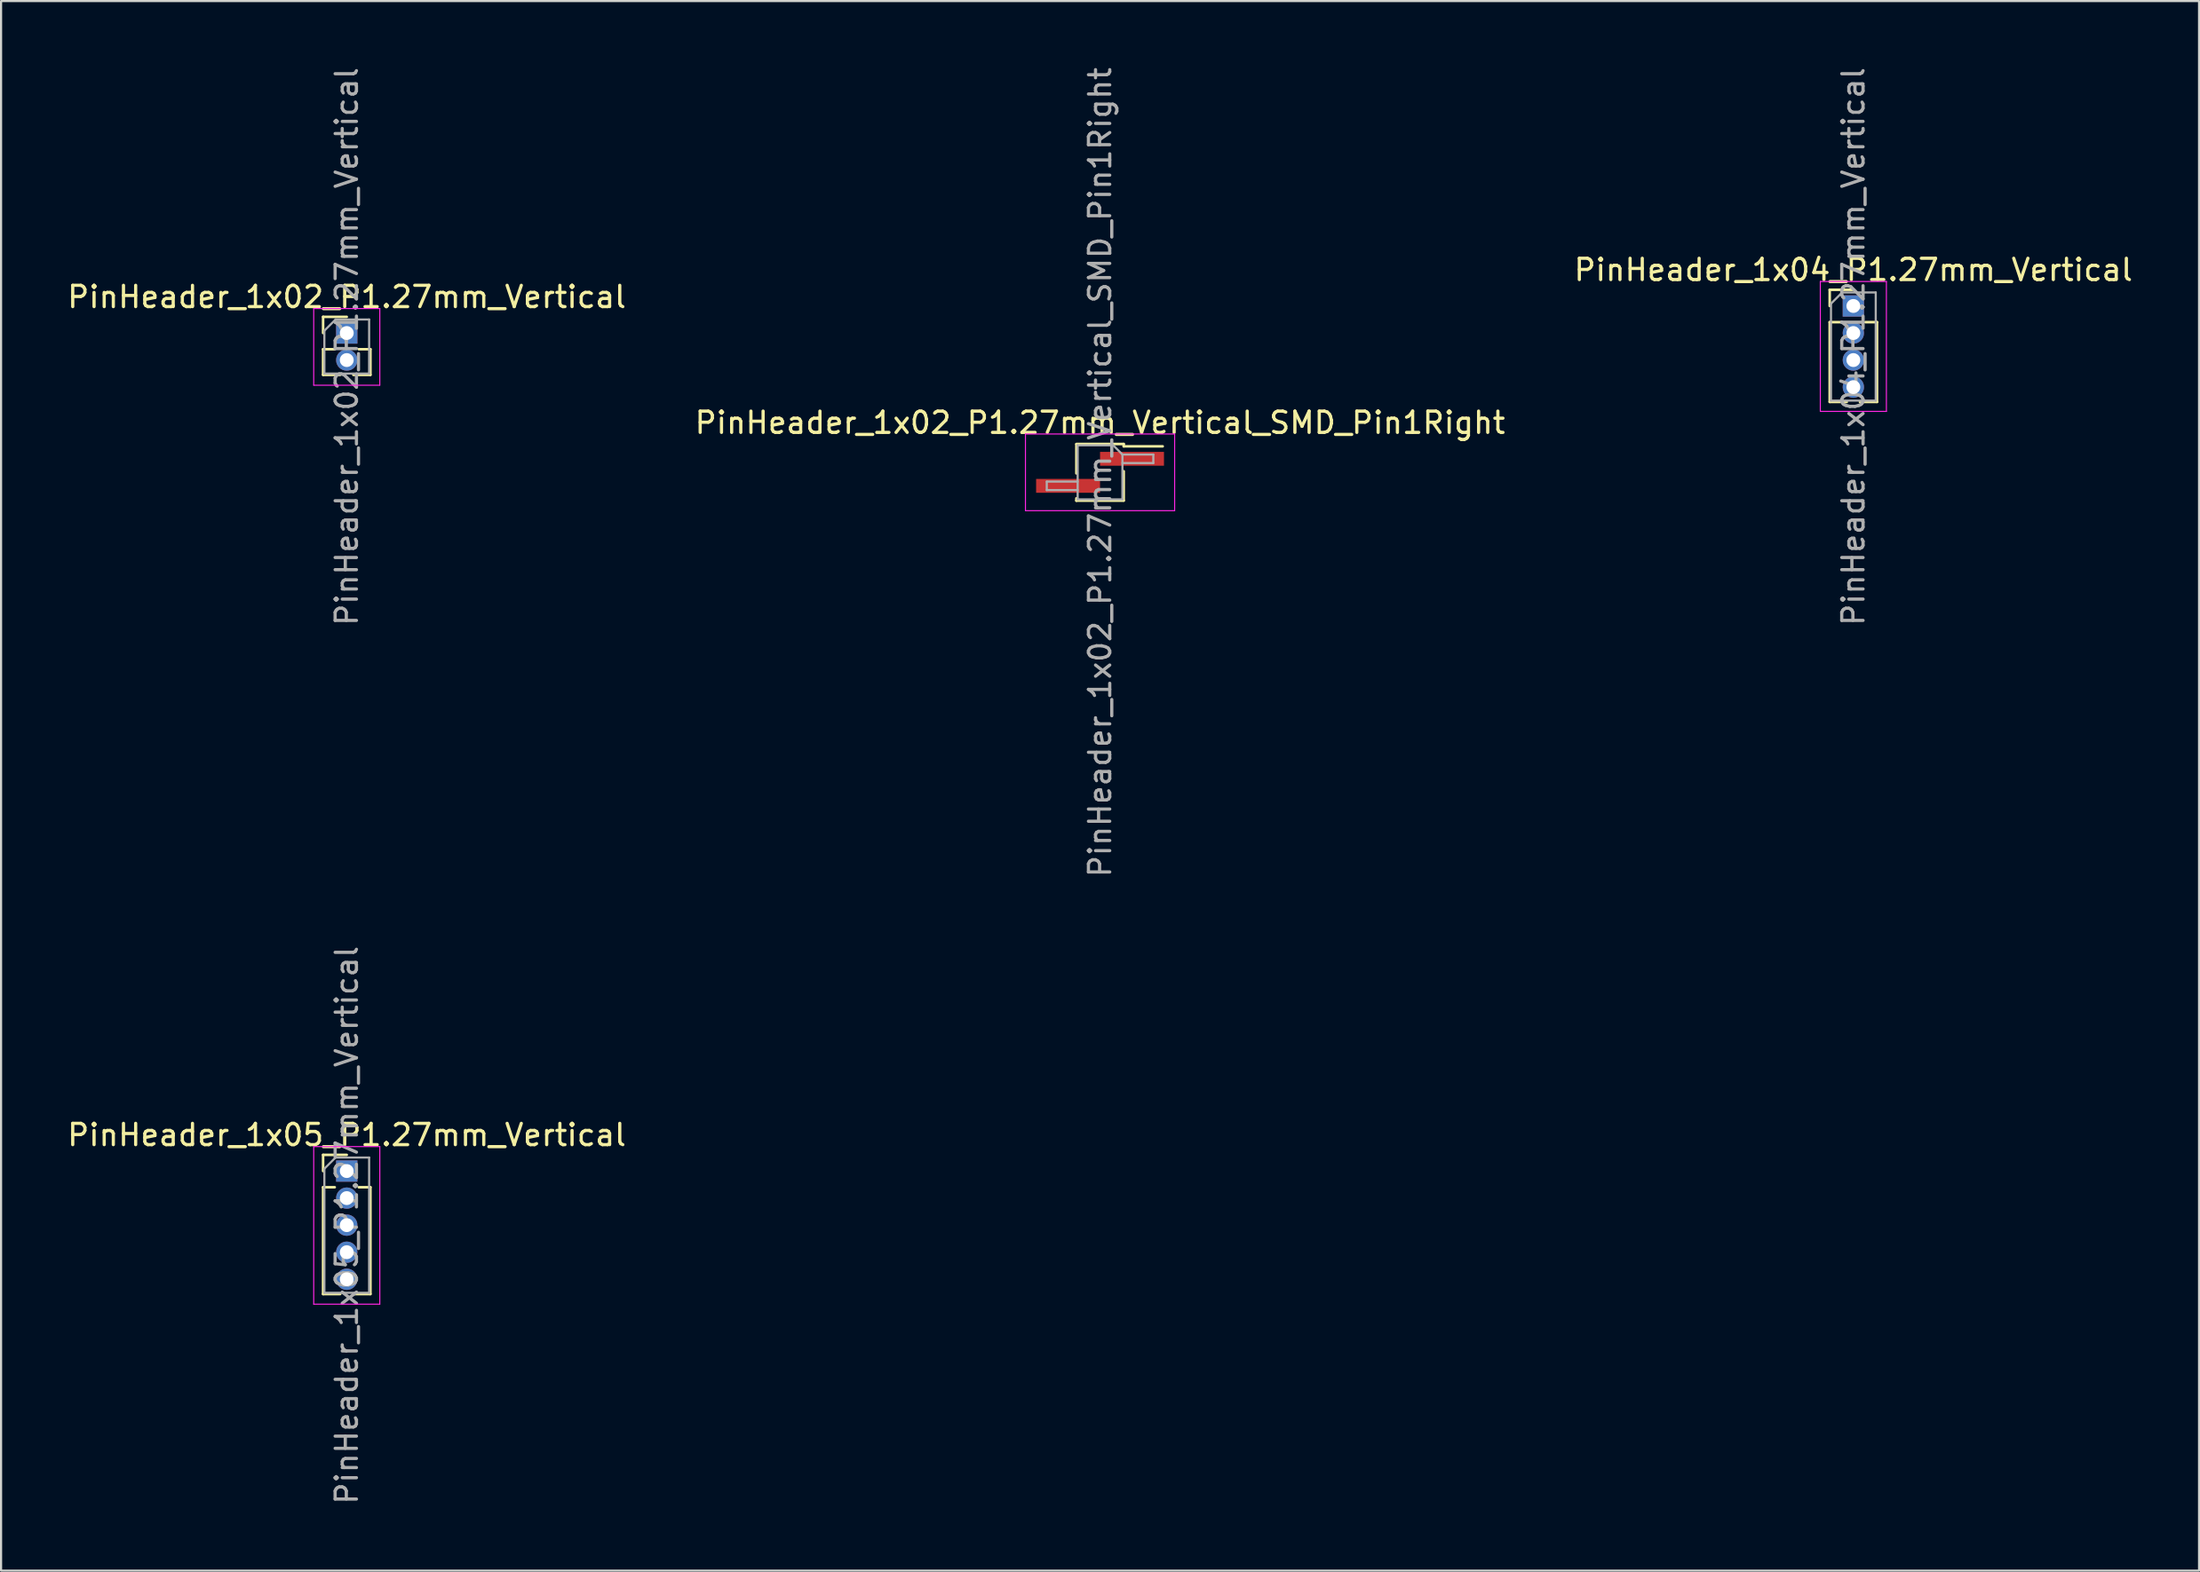
<source format=kicad_pcb>
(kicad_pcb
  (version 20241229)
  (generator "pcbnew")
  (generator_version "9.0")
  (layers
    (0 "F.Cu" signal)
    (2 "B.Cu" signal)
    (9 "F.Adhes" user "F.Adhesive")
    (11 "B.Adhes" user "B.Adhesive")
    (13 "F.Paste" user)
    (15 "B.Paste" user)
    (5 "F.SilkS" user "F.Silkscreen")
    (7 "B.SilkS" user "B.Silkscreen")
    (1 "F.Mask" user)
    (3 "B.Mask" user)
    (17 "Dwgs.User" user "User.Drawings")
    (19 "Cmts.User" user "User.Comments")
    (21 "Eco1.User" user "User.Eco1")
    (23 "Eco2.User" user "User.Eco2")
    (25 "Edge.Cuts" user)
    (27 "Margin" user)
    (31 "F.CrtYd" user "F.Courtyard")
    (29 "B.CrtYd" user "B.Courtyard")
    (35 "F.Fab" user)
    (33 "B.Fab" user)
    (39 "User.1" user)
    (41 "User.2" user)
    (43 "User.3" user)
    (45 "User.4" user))
  (footprint "PinHeader_1x02_P1.27mm_Vertical_SMD_Pin1Right"
    (layer "F.Cu")
    (at 48.565 19.125)
    (property "Reference" "PinHeader_1x02_P1.27mm_Vertical_SMD_Pin1Right" (at 0 -2.33 0) (layer "F.SilkS") (effects (font (size 1 1) (thickness 0.15))))
    (attr smd)
    (fp_line (start -1.11 -1.33) (end 1.11 -1.33) (stroke (width 0.12) (type solid)) (layer "F.SilkS"))
    (fp_line (start -1.11 -1.32) (end -1.11 0.05) (stroke (width 0.12) (type solid)) (layer "F.SilkS"))
    (fp_line (start -1.11 1.22) (end -1.11 1.33) (stroke (width 0.12) (type solid)) (layer "F.SilkS"))
    (fp_line (start -1.11 1.33) (end 1.11 1.33) (stroke (width 0.12) (type solid)) (layer "F.SilkS"))
    (fp_line (start 1.11 -1.33) (end 1.11 -1.22) (stroke (width 0.12) (type solid)) (layer "F.SilkS"))
    (fp_line (start 1.11 -1.22) (end 2.94 -1.22) (stroke (width 0.12) (type solid)) (layer "F.SilkS"))
    (fp_line (start 1.11 -0.05) (end 1.11 1.32) (stroke (width 0.12) (type solid)) (layer "F.SilkS"))
    (fp_line (start -3.5 -1.8) (end -3.5 1.8) (stroke (width 0.05) (type solid)) (layer "F.CrtYd"))
    (fp_line (start -3.5 1.8) (end 3.5 1.8) (stroke (width 0.05) (type solid)) (layer "F.CrtYd"))
    (fp_line (start 3.5 -1.8) (end -3.5 -1.8) (stroke (width 0.05) (type solid)) (layer "F.CrtYd"))
    (fp_line (start 3.5 1.8) (end 3.5 -1.8) (stroke (width 0.05) (type solid)) (layer "F.CrtYd"))
    (fp_line (start -2.5 0.435) (end -2.5 0.835) (stroke (width 0.1) (type solid)) (layer "F.Fab"))
    (fp_line (start -2.5 0.835) (end -1.05 0.835) (stroke (width 0.1) (type solid)) (layer "F.Fab"))
    (fp_line (start -1.05 -1.27) (end -1.05 1.27) (stroke (width 0.1) (type solid)) (layer "F.Fab"))
    (fp_line (start -1.05 -1.27) (end 0.615 -1.27) (stroke (width 0.1) (type solid)) (layer "F.Fab"))
    (fp_line (start -1.05 0.435) (end -2.5 0.435) (stroke (width 0.1) (type solid)) (layer "F.Fab"))
    (fp_line (start 1.05 -0.835) (end 0.615 -1.27) (stroke (width 0.1) (type solid)) (layer "F.Fab"))
    (fp_line (start 1.05 -0.835) (end 2.5 -0.835) (stroke (width 0.1) (type solid)) (layer "F.Fab"))
    (fp_line (start 1.05 1.27) (end -1.05 1.27) (stroke (width 0.1) (type solid)) (layer "F.Fab"))
    (fp_line (start 1.05 1.27) (end 1.05 -0.835) (stroke (width 0.1) (type solid)) (layer "F.Fab"))
    (fp_line (start 2.5 -0.835) (end 2.5 -0.435) (stroke (width 0.1) (type solid)) (layer "F.Fab"))
    (fp_line (start 2.5 -0.435) (end 1.05 -0.435) (stroke (width 0.1) (type solid)) (layer "F.Fab"))
    (fp_text user "${REFERENCE}" (at 0 0 90) (layer "F.Fab") (effects (font (size 1 1) (thickness 0.15))))
    (pad "1" smd rect (at 1.5 -0.635) (size 3 0.65) (layers "F.Cu" "F.Mask" "F.Paste"))
    (pad "2" smd rect (at -1.5 0.635) (size 3 0.65) (layers "F.Cu" "F.Mask" "F.Paste")))
  (footprint "PinHeader_1x05_P1.27mm_Vertical"
    (layer "F.Cu")
    (at 13.22 51.93)
    (property "Reference" "PinHeader_1x05_P1.27mm_Vertical" (at 0 -1.695 0) (layer "F.SilkS") (effects (font (size 1 1) (thickness 0.15))))
    (attr through_hole)
    (fp_line (start -1.11 -0.76) (end 0 -0.76) (stroke (width 0.12) (type solid)) (layer "F.SilkS"))
    (fp_line (start -1.11 0) (end -1.11 -0.76) (stroke (width 0.12) (type solid)) (layer "F.SilkS"))
    (fp_line (start -1.11 0.76) (end -1.11 5.775) (stroke (width 0.12) (type solid)) (layer "F.SilkS"))
    (fp_line (start -1.11 0.76) (end -0.563 0.76) (stroke (width 0.12) (type solid)) (layer "F.SilkS"))
    (fp_line (start -1.11 5.775) (end -0.308 5.775) (stroke (width 0.12) (type solid)) (layer "F.SilkS"))
    (fp_line (start 0.308 5.775) (end 1.11 5.775) (stroke (width 0.12) (type solid)) (layer "F.SilkS"))
    (fp_line (start 0.563 0.76) (end 1.11 0.76) (stroke (width 0.12) (type solid)) (layer "F.SilkS"))
    (fp_line (start 1.11 0.76) (end 1.11 5.775) (stroke (width 0.12) (type solid)) (layer "F.SilkS"))
    (fp_line (start -1.55 -1.15) (end -1.55 6.25) (stroke (width 0.05) (type solid)) (layer "F.CrtYd"))
    (fp_line (start -1.55 6.25) (end 1.55 6.25) (stroke (width 0.05) (type solid)) (layer "F.CrtYd"))
    (fp_line (start 1.55 -1.15) (end -1.55 -1.15) (stroke (width 0.05) (type solid)) (layer "F.CrtYd"))
    (fp_line (start 1.55 6.25) (end 1.55 -1.15) (stroke (width 0.05) (type solid)) (layer "F.CrtYd"))
    (fp_line (start -1.05 -0.11) (end -0.525 -0.635) (stroke (width 0.1) (type solid)) (layer "F.Fab"))
    (fp_line (start -1.05 5.715) (end -1.05 -0.11) (stroke (width 0.1) (type solid)) (layer "F.Fab"))
    (fp_line (start -0.525 -0.635) (end 1.05 -0.635) (stroke (width 0.1) (type solid)) (layer "F.Fab"))
    (fp_line (start 1.05 -0.635) (end 1.05 5.715) (stroke (width 0.1) (type solid)) (layer "F.Fab"))
    (fp_line (start 1.05 5.715) (end -1.05 5.715) (stroke (width 0.1) (type solid)) (layer "F.Fab"))
    (fp_text user "${REFERENCE}" (at 0 2.54 90) (layer "F.Fab") (effects (font (size 1 1) (thickness 0.15))))
    (pad "1" thru_hole rect (at 0 0) (size 1 1) (drill 0.65) (layers "*.Cu" "*.Mask"))
    (pad "2" thru_hole oval (at 0 1.27) (size 1 1) (drill 0.65) (layers "*.Cu" "*.Mask"))
    (pad "3" thru_hole oval (at 0 2.54) (size 1 1) (drill 0.65) (layers "*.Cu" "*.Mask"))
    (pad "4" thru_hole oval (at 0 3.81) (size 1 1) (drill 0.65) (layers "*.Cu" "*.Mask"))
    (pad "5" thru_hole oval (at 0 5.08) (size 1 1) (drill 0.65) (layers "*.Cu" "*.Mask")))
  (footprint "PinHeader_1x02_P1.27mm_Vertical"
    (layer "F.Cu")
    (at 13.22 12.585)
    (property "Reference" "PinHeader_1x02_P1.27mm_Vertical" (at 0 -1.695 0) (layer "F.SilkS") (effects (font (size 1 1) (thickness 0.15))))
    (attr through_hole)
    (fp_line (start -1.11 -0.76) (end 0 -0.76) (stroke (width 0.12) (type solid)) (layer "F.SilkS"))
    (fp_line (start -1.11 0) (end -1.11 -0.76) (stroke (width 0.12) (type solid)) (layer "F.SilkS"))
    (fp_line (start -1.11 0.76) (end -1.11 1.965) (stroke (width 0.12) (type solid)) (layer "F.SilkS"))
    (fp_line (start -1.11 0.76) (end -0.563 0.76) (stroke (width 0.12) (type solid)) (layer "F.SilkS"))
    (fp_line (start -1.11 1.965) (end -0.308 1.965) (stroke (width 0.12) (type solid)) (layer "F.SilkS"))
    (fp_line (start 0.308 1.965) (end 1.11 1.965) (stroke (width 0.12) (type solid)) (layer "F.SilkS"))
    (fp_line (start 0.563 0.76) (end 1.11 0.76) (stroke (width 0.12) (type solid)) (layer "F.SilkS"))
    (fp_line (start 1.11 0.76) (end 1.11 1.965) (stroke (width 0.12) (type solid)) (layer "F.SilkS"))
    (fp_line (start -1.55 -1.15) (end -1.55 2.45) (stroke (width 0.05) (type solid)) (layer "F.CrtYd"))
    (fp_line (start -1.55 2.45) (end 1.55 2.45) (stroke (width 0.05) (type solid)) (layer "F.CrtYd"))
    (fp_line (start 1.55 -1.15) (end -1.55 -1.15) (stroke (width 0.05) (type solid)) (layer "F.CrtYd"))
    (fp_line (start 1.55 2.45) (end 1.55 -1.15) (stroke (width 0.05) (type solid)) (layer "F.CrtYd"))
    (fp_line (start -1.05 -0.11) (end -0.525 -0.635) (stroke (width 0.1) (type solid)) (layer "F.Fab"))
    (fp_line (start -1.05 1.905) (end -1.05 -0.11) (stroke (width 0.1) (type solid)) (layer "F.Fab"))
    (fp_line (start -0.525 -0.635) (end 1.05 -0.635) (stroke (width 0.1) (type solid)) (layer "F.Fab"))
    (fp_line (start 1.05 -0.635) (end 1.05 1.905) (stroke (width 0.1) (type solid)) (layer "F.Fab"))
    (fp_line (start 1.05 1.905) (end -1.05 1.905) (stroke (width 0.1) (type solid)) (layer "F.Fab"))
    (fp_text user "${REFERENCE}" (at 0 0.635 90) (layer "F.Fab") (effects (font (size 1 1) (thickness 0.15))))
    (pad "1" thru_hole rect (at 0 0) (size 1 1) (drill 0.65) (layers "*.Cu" "*.Mask"))
    (pad "2" thru_hole oval (at 0 1.27) (size 1 1) (drill 0.65) (layers "*.Cu" "*.Mask")))
  (footprint "PinHeader_1x04_P1.27mm_Vertical"
    (layer "F.Cu")
    (at 83.911 11.315)
    (property "Reference" "PinHeader_1x04_P1.27mm_Vertical" (at 0 -1.695 0) (layer "F.SilkS") (effects (font (size 1 1) (thickness 0.15))))
    (attr through_hole)
    (fp_line (start -1.11 -0.76) (end 0 -0.76) (stroke (width 0.12) (type solid)) (layer "F.SilkS"))
    (fp_line (start -1.11 0) (end -1.11 -0.76) (stroke (width 0.12) (type solid)) (layer "F.SilkS"))
    (fp_line (start -1.11 0.76) (end -1.11 4.505) (stroke (width 0.12) (type solid)) (layer "F.SilkS"))
    (fp_line (start -1.11 0.76) (end -0.563 0.76) (stroke (width 0.12) (type solid)) (layer "F.SilkS"))
    (fp_line (start -1.11 4.505) (end -0.308 4.505) (stroke (width 0.12) (type solid)) (layer "F.SilkS"))
    (fp_line (start 0.308 4.505) (end 1.11 4.505) (stroke (width 0.12) (type solid)) (layer "F.SilkS"))
    (fp_line (start 0.563 0.76) (end 1.11 0.76) (stroke (width 0.12) (type solid)) (layer "F.SilkS"))
    (fp_line (start 1.11 0.76) (end 1.11 4.505) (stroke (width 0.12) (type solid)) (layer "F.SilkS"))
    (fp_line (start -1.55 -1.15) (end -1.55 4.95) (stroke (width 0.05) (type solid)) (layer "F.CrtYd"))
    (fp_line (start -1.55 4.95) (end 1.55 4.95) (stroke (width 0.05) (type solid)) (layer "F.CrtYd"))
    (fp_line (start 1.55 -1.15) (end -1.55 -1.15) (stroke (width 0.05) (type solid)) (layer "F.CrtYd"))
    (fp_line (start 1.55 4.95) (end 1.55 -1.15) (stroke (width 0.05) (type solid)) (layer "F.CrtYd"))
    (fp_line (start -1.05 -0.11) (end -0.525 -0.635) (stroke (width 0.1) (type solid)) (layer "F.Fab"))
    (fp_line (start -1.05 4.445) (end -1.05 -0.11) (stroke (width 0.1) (type solid)) (layer "F.Fab"))
    (fp_line (start -0.525 -0.635) (end 1.05 -0.635) (stroke (width 0.1) (type solid)) (layer "F.Fab"))
    (fp_line (start 1.05 -0.635) (end 1.05 4.445) (stroke (width 0.1) (type solid)) (layer "F.Fab"))
    (fp_line (start 1.05 4.445) (end -1.05 4.445) (stroke (width 0.1) (type solid)) (layer "F.Fab"))
    (fp_text user "${REFERENCE}" (at 0 1.905 90) (layer "F.Fab") (effects (font (size 1 1) (thickness 0.15))))
    (pad "1" thru_hole rect (at 0 0) (size 1 1) (drill 0.65) (layers "*.Cu" "*.Mask"))
    (pad "2" thru_hole oval (at 0 1.27) (size 1 1) (drill 0.65) (layers "*.Cu" "*.Mask"))
    (pad "3" thru_hole oval (at 0 2.54) (size 1 1) (drill 0.65) (layers "*.Cu" "*.Mask"))
    (pad "4" thru_hole oval (at 0 3.81) (size 1 1) (drill 0.65) (layers "*.Cu" "*.Mask")))
  (gr_rect
    (start -3 -3)
    (end 100.131 70.69)
    (stroke (width 0.1) (type default))
    (fill no)
    (layer "Edge.Cuts")))
</source>
